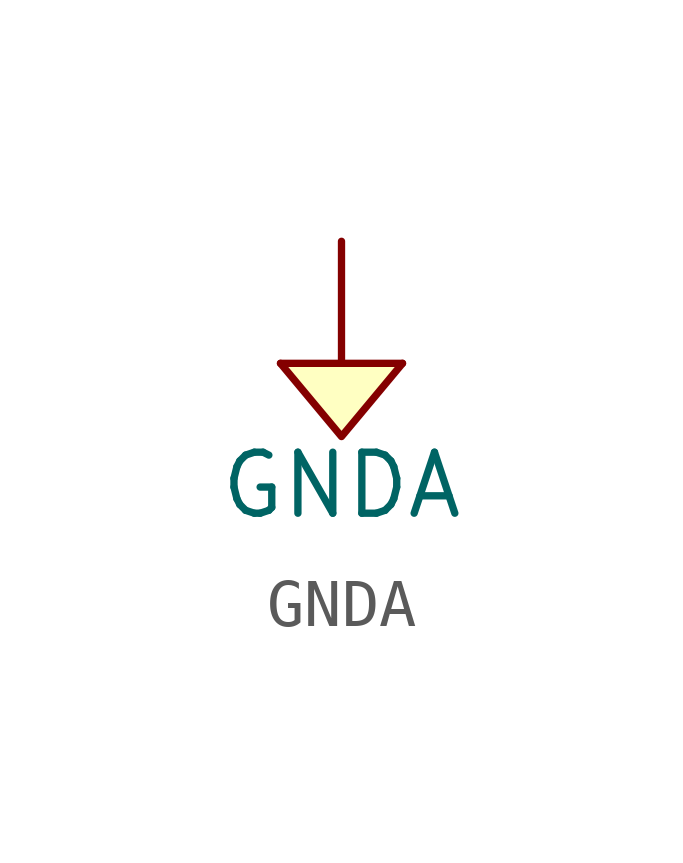
<source format=kicad_sym>
(kicad_symbol_lib
  (version 20231120)
  (generator "kicad_symbol_editor")
  (generator_version "8.0")
  (symbol "GNDA"
    (power)
    (pin_numbers hide)
    (pin_names
      (offset 0) hide)
    (property "Reference" "#PWR"
      (at 0 -4.318 0)
      (effects (font (size 1.27 1.27)) (hide yes)))
    (property "Value" "GNDA"
      (at 0 -2.54 0)
      (effects (font (size 1.27 1.27))))
    (property "Footprint" ""
      (at 0 2.54 0)
      (effects (font (size 1.524 1.524))))
    (property "Datasheet" ""
      (at -0.508 -2.286 0)
      (effects (font (size 1.524 1.524))))
    (symbol "GNDA_0_1"
      (polyline (pts (xy 0 0) (xy 1.27 0)) (stroke (width 0) (type default)) (fill (type none)))
      (polyline (pts (xy -1.27 0) (xy 0 -1.524) (xy 1.27 0)) (stroke (width 0) (type default)) (fill (type background)))
      (polyline (pts (xy 0 2.54) (xy 0 0) (xy -1.27 0)) (stroke (width 0) (type default)) (fill (type none))))
    (symbol "GNDA_1_1"
      (pin power_in line (at 0 2.54 90) (length 0) hide (name "GNDA" (effects (font (size 1.27 1.27)))) (number "1" (effects (font (size 1.27 1.27))))))))
</source>
